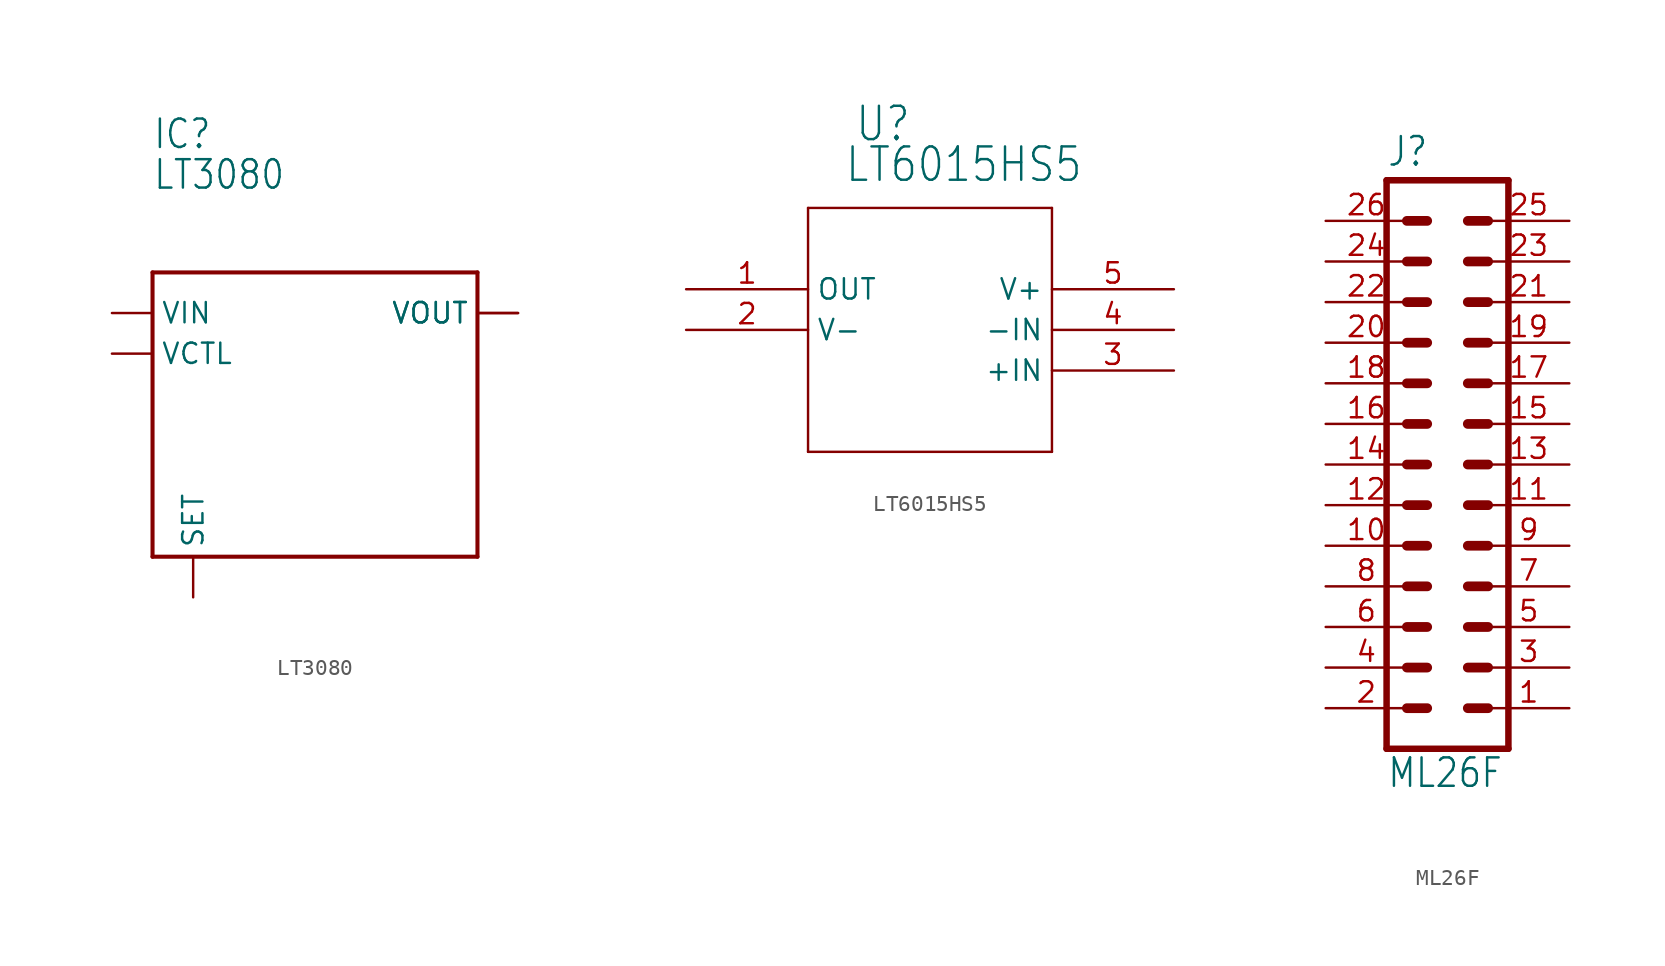
<source format=kicad_sym>
(kicad_symbol_lib
  (version 20211014)
  (generator kicad_symbol_editor)
  (symbol "LT3080"
    (property "Reference" "IC"
      (at -5.08 15.24 0)
      (effects (font (size 1.778 1.511)) (justify left bottom)))
    (property "Value" "LT3080"
      (at -5.08 12.7 0)
      (effects (font (size 1.778 1.511)) (justify left bottom)))
    (property "ki_locked" ""
      (at 0 0 0)
      (effects (font (size 1.27 1.27))))
    (symbol "LT3080_1_0"
      (polyline (pts (xy -5.08 -10.16) (xy 15.24 -10.16)) (stroke (width 0.254) (type default) (color 0 0 0 0)) (fill (type none)))
      (polyline (pts (xy -5.08 7.62) (xy -5.08 -10.16)) (stroke (width 0.254) (type default) (color 0 0 0 0)) (fill (type none)))
      (polyline (pts (xy 15.24 -10.16) (xy 15.24 7.62)) (stroke (width 0.254) (type default) (color 0 0 0 0)) (fill (type none)))
      (polyline (pts (xy 15.24 7.62) (xy -5.08 7.62)) (stroke (width 0.254) (type default) (color 0 0 0 0)) (fill (type none)))
      (pin bidirectional line (at -2.54 -12.7 90) (length 2.54) (name "SET" (effects (font (size 1.27 1.27)))) (number "2" (effects (font (size 0 0)))))
      (pin bidirectional line (at 17.78 5.08 180) (length 2.54) (name "VOUT" (effects (font (size 1.27 1.27)))) (number "3" (effects (font (size 0 0)))))
      (pin bidirectional line (at -7.62 2.54 0) (length 2.54) (name "VCTL" (effects (font (size 1.27 1.27)))) (number "4" (effects (font (size 0 0)))))
      (pin bidirectional line (at -7.62 5.08 0) (length 2.54) (name "VIN" (effects (font (size 1.27 1.27)))) (number "5" (effects (font (size 0 0)))))
      (pin bidirectional line (at 17.78 5.08 180) (length 2.54) (name "VOUT" (effects (font (size 1.27 1.27)))) (number "6" (effects (font (size 0 0)))))))
  (symbol "LT6015HS5"
    (property "Reference" "U"
      (at -4.724 11.659 0)
      (effects (font (size 2.083 1.77)) (justify left bottom)))
    (property "Value" "LT6015HS5"
      (at -5.359 9.119 0)
      (effects (font (size 2.083 1.77)) (justify left bottom)))
    (property "ki_locked" ""
      (at 0 0 0)
      (effects (font (size 1.27 1.27))))
    (symbol "LT6015HS5_1_0"
      (polyline (pts (xy -7.62 -7.62) (xy 7.62 -7.62)) (stroke (width 0.152) (type default) (color 0 0 0 0)) (fill (type none)))
      (polyline (pts (xy -7.62 7.62) (xy -7.62 -7.62)) (stroke (width 0.152) (type default) (color 0 0 0 0)) (fill (type none)))
      (polyline (pts (xy 7.62 -7.62) (xy 7.62 7.62)) (stroke (width 0.152) (type default) (color 0 0 0 0)) (fill (type none)))
      (polyline (pts (xy 7.62 7.62) (xy -7.62 7.62)) (stroke (width 0.152) (type default) (color 0 0 0 0)) (fill (type none)))
      (pin output line (at -15.24 2.54 0) (length 7.62) (name "OUT" (effects (font (size 1.27 1.27)))) (number "1" (effects (font (size 1.27 1.27)))))
      (pin power_in line (at -15.24 0 0) (length 7.62) (name "V-" (effects (font (size 1.27 1.27)))) (number "2" (effects (font (size 1.27 1.27)))))
      (pin input line (at 15.24 -2.54 180) (length 7.62) (name "+IN" (effects (font (size 1.27 1.27)))) (number "3" (effects (font (size 1.27 1.27)))))
      (pin input line (at 15.24 0 180) (length 7.62) (name "-IN" (effects (font (size 1.27 1.27)))) (number "4" (effects (font (size 1.27 1.27)))))
      (pin power_in line (at 15.24 2.54 180) (length 7.62) (name "V+" (effects (font (size 1.27 1.27)))) (number "5" (effects (font (size 1.27 1.27)))))))
  (symbol "ML26F"
    (property "Reference" "J"
      (at -3.81 18.542 0)
      (effects (font (size 1.778 1.511)) (justify left bottom)))
    (property "Value" "ML26F"
      (at -3.81 -20.32 0)
      (effects (font (size 1.778 1.511)) (justify left bottom)))
    (property "ki_locked" ""
      (at 0 0 0)
      (effects (font (size 1.27 1.27))))
    (symbol "ML26F_1_0"
      (polyline (pts (xy -3.81 17.78) (xy -3.81 -17.78)) (stroke (width 0.406) (type default) (color 0 0 0 0)) (fill (type none)))
      (polyline (pts (xy -3.81 17.78) (xy 3.81 17.78)) (stroke (width 0.406) (type default) (color 0 0 0 0)) (fill (type none)))
      (polyline (pts (xy -2.54 -15.24) (xy -1.27 -15.24)) (stroke (width 0.61) (type default) (color 0 0 0 0)) (fill (type none)))
      (polyline (pts (xy -2.54 -12.7) (xy -1.27 -12.7)) (stroke (width 0.61) (type default) (color 0 0 0 0)) (fill (type none)))
      (polyline (pts (xy -2.54 -10.16) (xy -1.27 -10.16)) (stroke (width 0.61) (type default) (color 0 0 0 0)) (fill (type none)))
      (polyline (pts (xy -2.54 -7.62) (xy -1.27 -7.62)) (stroke (width 0.61) (type default) (color 0 0 0 0)) (fill (type none)))
      (polyline (pts (xy -2.54 -5.08) (xy -1.27 -5.08)) (stroke (width 0.61) (type default) (color 0 0 0 0)) (fill (type none)))
      (polyline (pts (xy -2.54 -2.54) (xy -1.27 -2.54)) (stroke (width 0.61) (type default) (color 0 0 0 0)) (fill (type none)))
      (polyline (pts (xy -2.54 0) (xy -1.27 0)) (stroke (width 0.61) (type default) (color 0 0 0 0)) (fill (type none)))
      (polyline (pts (xy -2.54 2.54) (xy -1.27 2.54)) (stroke (width 0.61) (type default) (color 0 0 0 0)) (fill (type none)))
      (polyline (pts (xy -2.54 5.08) (xy -1.27 5.08)) (stroke (width 0.61) (type default) (color 0 0 0 0)) (fill (type none)))
      (polyline (pts (xy -2.54 7.62) (xy -1.27 7.62)) (stroke (width 0.61) (type default) (color 0 0 0 0)) (fill (type none)))
      (polyline (pts (xy -2.54 10.16) (xy -1.27 10.16)) (stroke (width 0.61) (type default) (color 0 0 0 0)) (fill (type none)))
      (polyline (pts (xy -2.54 12.7) (xy -1.27 12.7)) (stroke (width 0.61) (type default) (color 0 0 0 0)) (fill (type none)))
      (polyline (pts (xy -2.54 15.24) (xy -1.27 15.24)) (stroke (width 0.61) (type default) (color 0 0 0 0)) (fill (type none)))
      (polyline (pts (xy 1.27 -15.24) (xy 2.54 -15.24)) (stroke (width 0.61) (type default) (color 0 0 0 0)) (fill (type none)))
      (polyline (pts (xy 1.27 -12.7) (xy 2.54 -12.7)) (stroke (width 0.61) (type default) (color 0 0 0 0)) (fill (type none)))
      (polyline (pts (xy 1.27 -10.16) (xy 2.54 -10.16)) (stroke (width 0.61) (type default) (color 0 0 0 0)) (fill (type none)))
      (polyline (pts (xy 1.27 -7.62) (xy 2.54 -7.62)) (stroke (width 0.61) (type default) (color 0 0 0 0)) (fill (type none)))
      (polyline (pts (xy 1.27 -5.08) (xy 2.54 -5.08)) (stroke (width 0.61) (type default) (color 0 0 0 0)) (fill (type none)))
      (polyline (pts (xy 1.27 -2.54) (xy 2.54 -2.54)) (stroke (width 0.61) (type default) (color 0 0 0 0)) (fill (type none)))
      (polyline (pts (xy 1.27 0) (xy 2.54 0)) (stroke (width 0.61) (type default) (color 0 0 0 0)) (fill (type none)))
      (polyline (pts (xy 1.27 2.54) (xy 2.54 2.54)) (stroke (width 0.61) (type default) (color 0 0 0 0)) (fill (type none)))
      (polyline (pts (xy 1.27 5.08) (xy 2.54 5.08)) (stroke (width 0.61) (type default) (color 0 0 0 0)) (fill (type none)))
      (polyline (pts (xy 1.27 7.62) (xy 2.54 7.62)) (stroke (width 0.61) (type default) (color 0 0 0 0)) (fill (type none)))
      (polyline (pts (xy 1.27 10.16) (xy 2.54 10.16)) (stroke (width 0.61) (type default) (color 0 0 0 0)) (fill (type none)))
      (polyline (pts (xy 1.27 12.7) (xy 2.54 12.7)) (stroke (width 0.61) (type default) (color 0 0 0 0)) (fill (type none)))
      (polyline (pts (xy 1.27 15.24) (xy 2.54 15.24)) (stroke (width 0.61) (type default) (color 0 0 0 0)) (fill (type none)))
      (polyline (pts (xy 3.81 -17.78) (xy -3.81 -17.78)) (stroke (width 0.406) (type default) (color 0 0 0 0)) (fill (type none)))
      (polyline (pts (xy 3.81 -17.78) (xy 3.81 17.78)) (stroke (width 0.406) (type default) (color 0 0 0 0)) (fill (type none)))
      (pin passive line (at 7.62 -15.24 180) (length 5.08) (name "1" (effects (font (size 0 0)))) (number "1" (effects (font (size 1.27 1.27)))))
      (pin passive line (at -7.62 -5.08 0) (length 5.08) (name "10" (effects (font (size 0 0)))) (number "10" (effects (font (size 1.27 1.27)))))
      (pin passive line (at 7.62 -2.54 180) (length 5.08) (name "11" (effects (font (size 0 0)))) (number "11" (effects (font (size 1.27 1.27)))))
      (pin passive line (at -7.62 -2.54 0) (length 5.08) (name "12" (effects (font (size 0 0)))) (number "12" (effects (font (size 1.27 1.27)))))
      (pin passive line (at 7.62 0 180) (length 5.08) (name "13" (effects (font (size 0 0)))) (number "13" (effects (font (size 1.27 1.27)))))
      (pin passive line (at -7.62 0 0) (length 5.08) (name "14" (effects (font (size 0 0)))) (number "14" (effects (font (size 1.27 1.27)))))
      (pin passive line (at 7.62 2.54 180) (length 5.08) (name "15" (effects (font (size 0 0)))) (number "15" (effects (font (size 1.27 1.27)))))
      (pin passive line (at -7.62 2.54 0) (length 5.08) (name "16" (effects (font (size 0 0)))) (number "16" (effects (font (size 1.27 1.27)))))
      (pin passive line (at 7.62 5.08 180) (length 5.08) (name "17" (effects (font (size 0 0)))) (number "17" (effects (font (size 1.27 1.27)))))
      (pin passive line (at -7.62 5.08 0) (length 5.08) (name "18" (effects (font (size 0 0)))) (number "18" (effects (font (size 1.27 1.27)))))
      (pin passive line (at 7.62 7.62 180) (length 5.08) (name "19" (effects (font (size 0 0)))) (number "19" (effects (font (size 1.27 1.27)))))
      (pin passive line (at -7.62 -15.24 0) (length 5.08) (name "2" (effects (font (size 0 0)))) (number "2" (effects (font (size 1.27 1.27)))))
      (pin passive line (at -7.62 7.62 0) (length 5.08) (name "20" (effects (font (size 0 0)))) (number "20" (effects (font (size 1.27 1.27)))))
      (pin passive line (at 7.62 10.16 180) (length 5.08) (name "21" (effects (font (size 0 0)))) (number "21" (effects (font (size 1.27 1.27)))))
      (pin passive line (at -7.62 10.16 0) (length 5.08) (name "22" (effects (font (size 0 0)))) (number "22" (effects (font (size 1.27 1.27)))))
      (pin passive line (at 7.62 12.7 180) (length 5.08) (name "23" (effects (font (size 0 0)))) (number "23" (effects (font (size 1.27 1.27)))))
      (pin passive line (at -7.62 12.7 0) (length 5.08) (name "24" (effects (font (size 0 0)))) (number "24" (effects (font (size 1.27 1.27)))))
      (pin passive line (at 7.62 15.24 180) (length 5.08) (name "25" (effects (font (size 0 0)))) (number "25" (effects (font (size 1.27 1.27)))))
      (pin passive line (at -7.62 15.24 0) (length 5.08) (name "26" (effects (font (size 0 0)))) (number "26" (effects (font (size 1.27 1.27)))))
      (pin passive line (at 7.62 -12.7 180) (length 5.08) (name "3" (effects (font (size 0 0)))) (number "3" (effects (font (size 1.27 1.27)))))
      (pin passive line (at -7.62 -12.7 0) (length 5.08) (name "4" (effects (font (size 0 0)))) (number "4" (effects (font (size 1.27 1.27)))))
      (pin passive line (at 7.62 -10.16 180) (length 5.08) (name "5" (effects (font (size 0 0)))) (number "5" (effects (font (size 1.27 1.27)))))
      (pin passive line (at -7.62 -10.16 0) (length 5.08) (name "6" (effects (font (size 0 0)))) (number "6" (effects (font (size 1.27 1.27)))))
      (pin passive line (at 7.62 -7.62 180) (length 5.08) (name "7" (effects (font (size 0 0)))) (number "7" (effects (font (size 1.27 1.27)))))
      (pin passive line (at -7.62 -7.62 0) (length 5.08) (name "8" (effects (font (size 0 0)))) (number "8" (effects (font (size 1.27 1.27)))))
      (pin passive line (at 7.62 -5.08 180) (length 5.08) (name "9" (effects (font (size 0 0)))) (number "9" (effects (font (size 1.27 1.27))))))))
</source>
